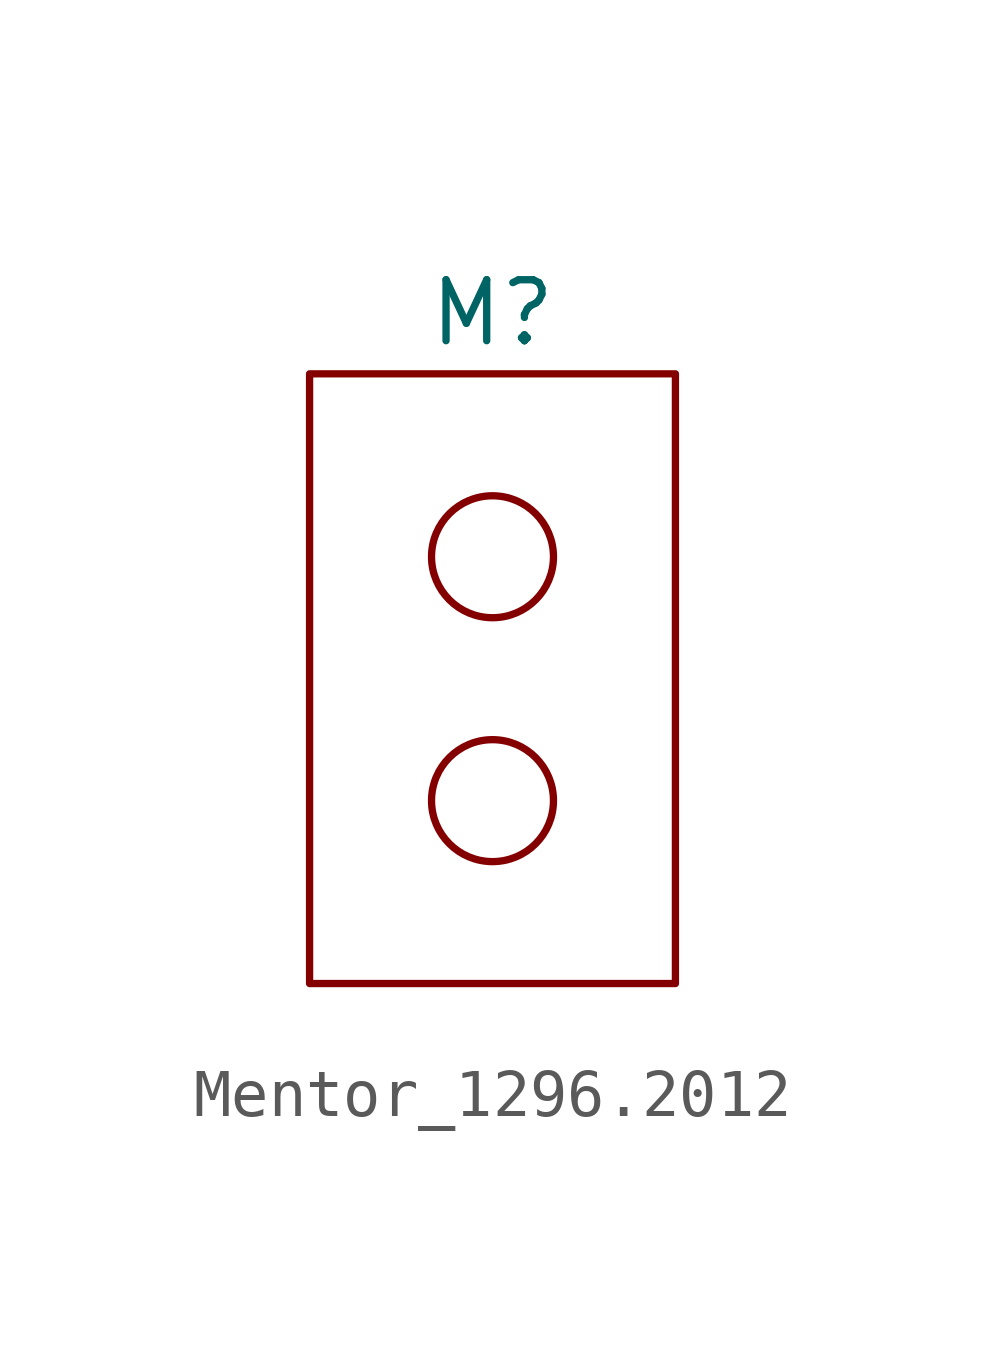
<source format=kicad_sym>
(kicad_symbol_lib
  (version 20231120)
  (generator "kicad_symbol_editor")
  (generator_version "8.0")
  (symbol "Mentor_1296.2012"
    (property "Reference" "M"
      (at 0 16.51 0)
      (effects (font (size 1.27 1.27))))
    (property "Value" ""
      (at 0 13.97 0)
      (effects (font (size 1.27 1.27))))
    (symbol "Mentor_1296.2012_0_1"
      (rectangle (start -3.81 15.24) (end 3.81 2.54) (stroke (width 0) (type default)) (fill (type none)))
      (circle (center 0 6.35) (radius 1.27) (stroke (width 0) (type default)) (fill (type none)))
      (circle (center 0 11.43) (radius 1.27) (stroke (width 0) (type default)) (fill (type none))))))
</source>
